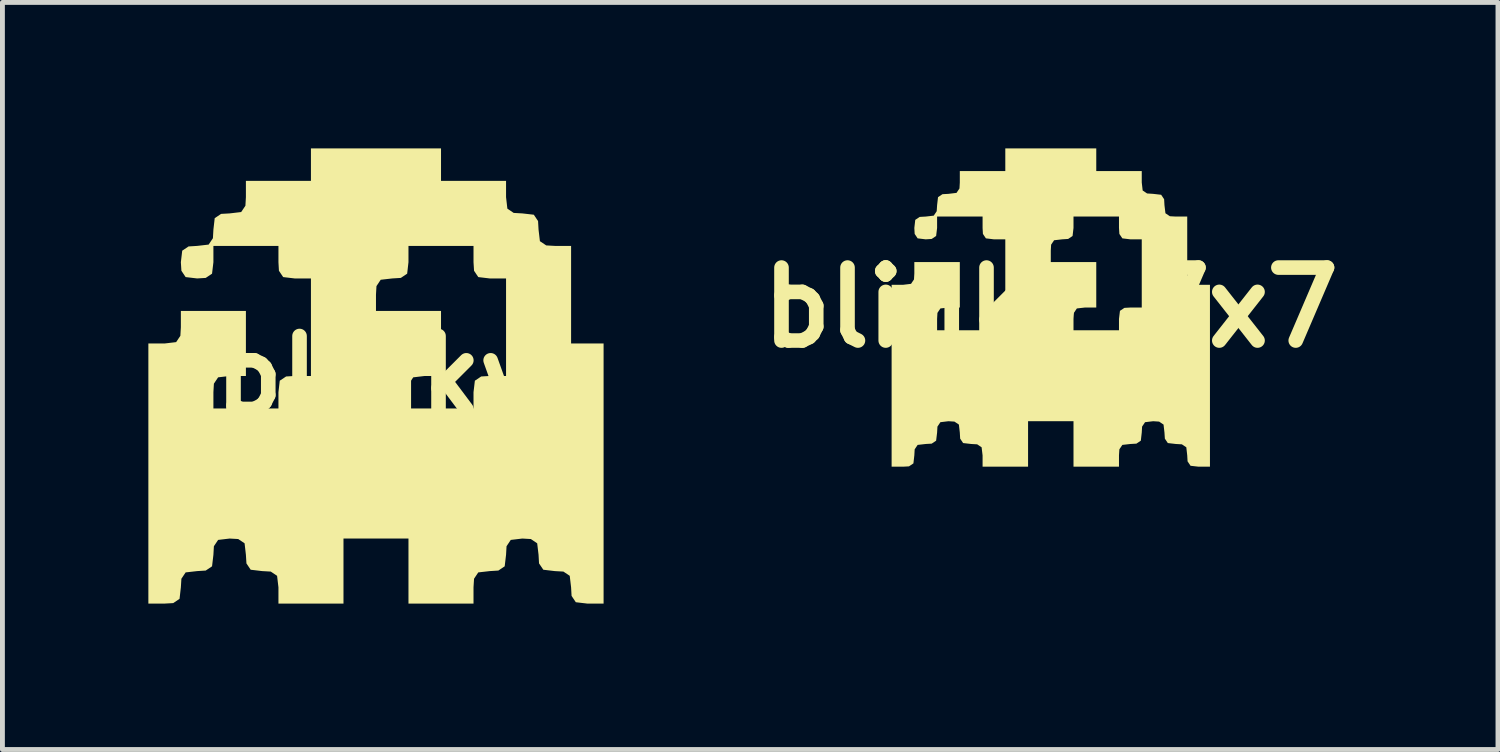
<source format=kicad_pcb>
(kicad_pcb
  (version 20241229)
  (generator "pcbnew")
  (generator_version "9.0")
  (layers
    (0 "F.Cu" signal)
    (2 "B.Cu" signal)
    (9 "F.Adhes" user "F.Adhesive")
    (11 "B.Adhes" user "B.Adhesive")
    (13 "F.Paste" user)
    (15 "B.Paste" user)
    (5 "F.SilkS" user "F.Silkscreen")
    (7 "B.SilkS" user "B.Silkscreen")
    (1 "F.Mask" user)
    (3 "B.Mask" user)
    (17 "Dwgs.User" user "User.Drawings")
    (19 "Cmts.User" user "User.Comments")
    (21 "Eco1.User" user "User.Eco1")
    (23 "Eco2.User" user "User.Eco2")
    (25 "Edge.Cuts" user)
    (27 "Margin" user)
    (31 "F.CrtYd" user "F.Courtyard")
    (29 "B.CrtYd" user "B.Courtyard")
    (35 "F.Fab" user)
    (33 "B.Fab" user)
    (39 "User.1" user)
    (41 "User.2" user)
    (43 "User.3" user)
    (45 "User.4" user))
  (footprint "blinky"
    (layer "F.Cu")
    (at 4.679 4.679)
    (property "Reference" "blinky" (at 0 0 0) (layer "F.SilkS") (effects (font (size 1.5 1.5) (thickness 0.3))))
    (attr board_only exclude_from_pos_files exclude_from_bom)
    (fp_poly (pts (xy 1.337 -4.345) (xy 1.337 -4.011) (xy 2.005 -4.011) (xy 2.674 -4.011) (xy 2.674 -3.676) (xy 2.701 -3.44) (xy 2.831 -3.352) (xy 3.008 -3.342) (xy 3.245 -3.315) (xy 3.332 -3.184) (xy 3.342 -3.008) (xy 3.37 -2.771) (xy 3.5 -2.684) (xy 3.676 -2.674) (xy 4.011 -2.674) (xy 4.011 -1.671) (xy 4.011 -0.668) (xy 4.345 -0.668) (xy 4.679 -0.668) (xy 4.679 2.005) (xy 4.679 4.679) (xy 4.345 4.679) (xy 4.108 4.651) (xy 4.021 4.521) (xy 4.011 4.345) (xy 3.983 4.108) (xy 3.853 4.021) (xy 3.676 4.011) (xy 3.44 3.983) (xy 3.352 3.853) (xy 3.342 3.676) (xy 3.314 3.44) (xy 3.184 3.352) (xy 3.008 3.342) (xy 2.771 3.37) (xy 2.684 3.5) (xy 2.674 3.676) (xy 2.646 3.913) (xy 2.516 4) (xy 2.339 4.011) (xy 2.103 4.038) (xy 2.016 4.168) (xy 2.005 4.345) (xy 2.005 4.679) (xy 1.337 4.679) (xy 0.668 4.679) (xy 0.668 4.011) (xy 0.668 3.342) (xy -0.000001 3.342) (xy -0.668 3.342) (xy -0.668 4.011) (xy -0.668 4.679) (xy -1.337 4.679) (xy -2.005 4.679) (xy -2.005 4.345) (xy -2.033 4.108) (xy -2.163 4.021) (xy -2.339 4.011) (xy -2.576 3.983) (xy -2.663 3.853) (xy -2.674 3.676) (xy -2.701 3.44) (xy -2.832 3.352) (xy -3.008 3.342) (xy -3.245 3.37) (xy -3.332 3.5) (xy -3.342 3.676) (xy -3.37 3.913) (xy -3.5 4) (xy -3.676 4.011) (xy -3.913 4.038) (xy -4 4.168) (xy -4.011 4.345) (xy -4.038 4.581) (xy -4.168 4.669) (xy -4.345 4.679) (xy -4.679 4.679) (xy -4.679 2.005) (xy -4.679 -0.668) (xy -4.345 -0.668) (xy -4.108 -0.696) (xy -4.021 -0.826) (xy -4.011 -1.003) (xy -4.011 -1.337) (xy -3.342 -1.337) (xy -2.674 -1.337) (xy -2.674 -0.668) (xy -2.674 -0.000001) (xy -3.008 -0.000001) (xy -3.245 0.028) (xy -3.332 0.158) (xy -3.342 0.334) (xy -3.342 0.668) (xy -2.674 0.668) (xy -2.005 0.668) (xy -2.005 0.334) (xy -1.978 0.097) (xy -1.847 0.01) (xy -1.671 -0.000001) (xy -1.337 -0.000001) (xy -1.337 -1.003) (xy -1.337 -1.671) (xy -0.000001 -1.671) (xy -0.000001 -1.337) (xy 0.668 -1.337) (xy 1.337 -1.337) (xy 1.337 -0.668) (xy 1.337 -0.000001) (xy 1.003 -0.000001) (xy 0.766 0.028) (xy 0.679 0.158) (xy 0.668 0.334) (xy 0.668 0.668) (xy 1.337 0.668) (xy 2.005 0.668) (xy 2.005 0.334) (xy 2.033 0.097) (xy 2.163 0.01) (xy 2.339 -0.000001) (xy 2.674 -0.000001) (xy 2.674 -1.003) (xy 2.674 -2.005) (xy 2.339 -2.005) (xy 2.103 -2.033) (xy 2.016 -2.163) (xy 2.005 -2.339) (xy 2.005 -2.674) (xy 1.337 -2.674) (xy 0.668 -2.674) (xy 0.668 -2.339) (xy 0.641 -2.103) (xy 0.511 -2.016) (xy 0.334 -2.005) (xy 0.097 -1.978) (xy 0.01 -1.847) (xy -0.000001 -1.671) (xy -1.337 -1.671) (xy -1.337 -2.005) (xy -1.671 -2.005) (xy -1.908 -2.033) (xy -1.995 -2.163) (xy -2.005 -2.339) (xy -2.005 -2.674) (xy -2.674 -2.674) (xy -3.342 -2.674) (xy -3.342 -2.339) (xy -3.37 -2.103) (xy -3.5 -2.016) (xy -3.676 -2.005) (xy -3.913 -2.033) (xy -4 -2.163) (xy -4.011 -2.339) (xy -3.983 -2.576) (xy -3.853 -2.663) (xy -3.676 -2.674) (xy -3.44 -2.701) (xy -3.352 -2.832) (xy -3.342 -3.008) (xy -3.315 -3.245) (xy -3.184 -3.332) (xy -3.008 -3.342) (xy -2.771 -3.37) (xy -2.684 -3.5) (xy -2.674 -3.676) (xy -2.674 -4.011) (xy -2.005 -4.011) (xy -1.337 -4.011) (xy -1.337 -4.345) (xy -1.337 -4.679) (xy -0.000001 -4.679) (xy 1.337 -4.679)) (stroke (width 0) (type solid)) (fill yes) (layer "F.SilkS")))
  (footprint "blinky_7x7"
    (layer "F.Cu")
    (at 18.551 3.272)
    (property "Reference" "blinky_7x7" (at 0 0 0) (layer "F.SilkS") (effects (font (size 1.5 1.5) (thickness 0.3))))
    (attr board_only exclude_from_pos_files exclude_from_bom)
    (fp_poly (pts (xy 0.935 -3.039) (xy 0.935 -2.805) (xy 1.402 -2.805) (xy 1.87 -2.805) (xy 1.87 -2.571) (xy 1.889 -2.406) (xy 1.98 -2.345) (xy 2.104 -2.337) (xy 2.269 -2.318) (xy 2.33 -2.227) (xy 2.337 -2.104) (xy 2.357 -1.938) (xy 2.448 -1.877) (xy 2.571 -1.87) (xy 2.805 -1.87) (xy 2.805 -1.169) (xy 2.805 -0.467) (xy 3.039 -0.467) (xy 3.272 -0.467) (xy 3.272 1.402) (xy 3.272 3.272) (xy 3.039 3.272) (xy 2.873 3.253) (xy 2.812 3.162) (xy 2.805 3.039) (xy 2.786 2.873) (xy 2.695 2.812) (xy 2.571 2.805) (xy 2.406 2.786) (xy 2.345 2.695) (xy 2.337 2.571) (xy 2.318 2.406) (xy 2.227 2.345) (xy 2.104 2.337) (xy 1.938 2.357) (xy 1.877 2.448) (xy 1.87 2.571) (xy 1.851 2.737) (xy 1.76 2.798) (xy 1.636 2.805) (xy 1.471 2.824) (xy 1.41 2.915) (xy 1.402 3.039) (xy 1.402 3.272) (xy 0.935 3.272) (xy 0.467 3.272) (xy 0.467 2.805) (xy 0.467 2.337) (xy -0.000001 2.337) (xy -0.467 2.337) (xy -0.467 2.805) (xy -0.467 3.272) (xy -0.935 3.272) (xy -1.402 3.272) (xy -1.402 3.039) (xy -1.422 2.873) (xy -1.513 2.812) (xy -1.636 2.805) (xy -1.802 2.786) (xy -1.863 2.695) (xy -1.87 2.571) (xy -1.889 2.406) (xy -1.98 2.345) (xy -2.104 2.337) (xy -2.269 2.357) (xy -2.33 2.448) (xy -2.337 2.571) (xy -2.357 2.737) (xy -2.448 2.798) (xy -2.571 2.805) (xy -2.737 2.824) (xy -2.798 2.915) (xy -2.805 3.039) (xy -2.824 3.204) (xy -2.915 3.265) (xy -3.039 3.272) (xy -3.272 3.272) (xy -3.272 1.402) (xy -3.272 -0.467) (xy -3.039 -0.467) (xy -2.873 -0.487) (xy -2.812 -0.578) (xy -2.805 -0.701) (xy -2.805 -0.935) (xy -2.337 -0.935) (xy -1.87 -0.935) (xy -1.87 -0.467) (xy -1.87 -0.000001) (xy -2.104 -0.000001) (xy -2.269 0.019) (xy -2.33 0.11) (xy -2.337 0.234) (xy -2.337 0.467) (xy -1.87 0.467) (xy -1.402 0.467) (xy -1.402 0.234) (xy -1.383 0.068) (xy -1.292 0.007) (xy -1.169 -0.000001) (xy -0.935 -0.000001) (xy -0.935 -0.701) (xy -0.935 -1.169) (xy -0.000001 -1.169) (xy -0.000001 -0.935) (xy 0.467 -0.935) (xy 0.935 -0.935) (xy 0.935 -0.467) (xy 0.935 -0.000001) (xy 0.701 -0.000001) (xy 0.536 0.019) (xy 0.475 0.11) (xy 0.467 0.234) (xy 0.467 0.467) (xy 0.935 0.467) (xy 1.402 0.467) (xy 1.402 0.234) (xy 1.422 0.068) (xy 1.513 0.007) (xy 1.636 -0.000001) (xy 1.87 -0.000001) (xy 1.87 -0.701) (xy 1.87 -1.402) (xy 1.636 -1.402) (xy 1.471 -1.422) (xy 1.41 -1.513) (xy 1.402 -1.636) (xy 1.402 -1.87) (xy 0.935 -1.87) (xy 0.467 -1.87) (xy 0.467 -1.636) (xy 0.448 -1.471) (xy 0.357 -1.41) (xy 0.234 -1.402) (xy 0.068 -1.383) (xy 0.007 -1.292) (xy -0.000001 -1.169) (xy -0.935 -1.169) (xy -0.935 -1.402) (xy -1.169 -1.402) (xy -1.334 -1.422) (xy -1.395 -1.513) (xy -1.402 -1.636) (xy -1.402 -1.87) (xy -1.87 -1.87) (xy -2.337 -1.87) (xy -2.337 -1.636) (xy -2.357 -1.471) (xy -2.448 -1.41) (xy -2.571 -1.402) (xy -2.737 -1.422) (xy -2.798 -1.513) (xy -2.805 -1.636) (xy -2.786 -1.802) (xy -2.695 -1.863) (xy -2.571 -1.87) (xy -2.406 -1.889) (xy -2.345 -1.98) (xy -2.337 -2.104) (xy -2.318 -2.269) (xy -2.227 -2.33) (xy -2.104 -2.337) (xy -1.938 -2.357) (xy -1.877 -2.448) (xy -1.87 -2.571) (xy -1.87 -2.805) (xy -1.402 -2.805) (xy -0.935 -2.805) (xy -0.935 -3.039) (xy -0.935 -3.272) (xy -0.000001 -3.272) (xy 0.935 -3.272)) (stroke (width 0) (type solid)) (fill yes) (layer "F.SilkS")))
  (gr_rect
    (start -3 -3)
    (end 27.744 12.358)
    (stroke (width 0.1) (type default))
    (fill no)
    (layer "Edge.Cuts")))
</source>
